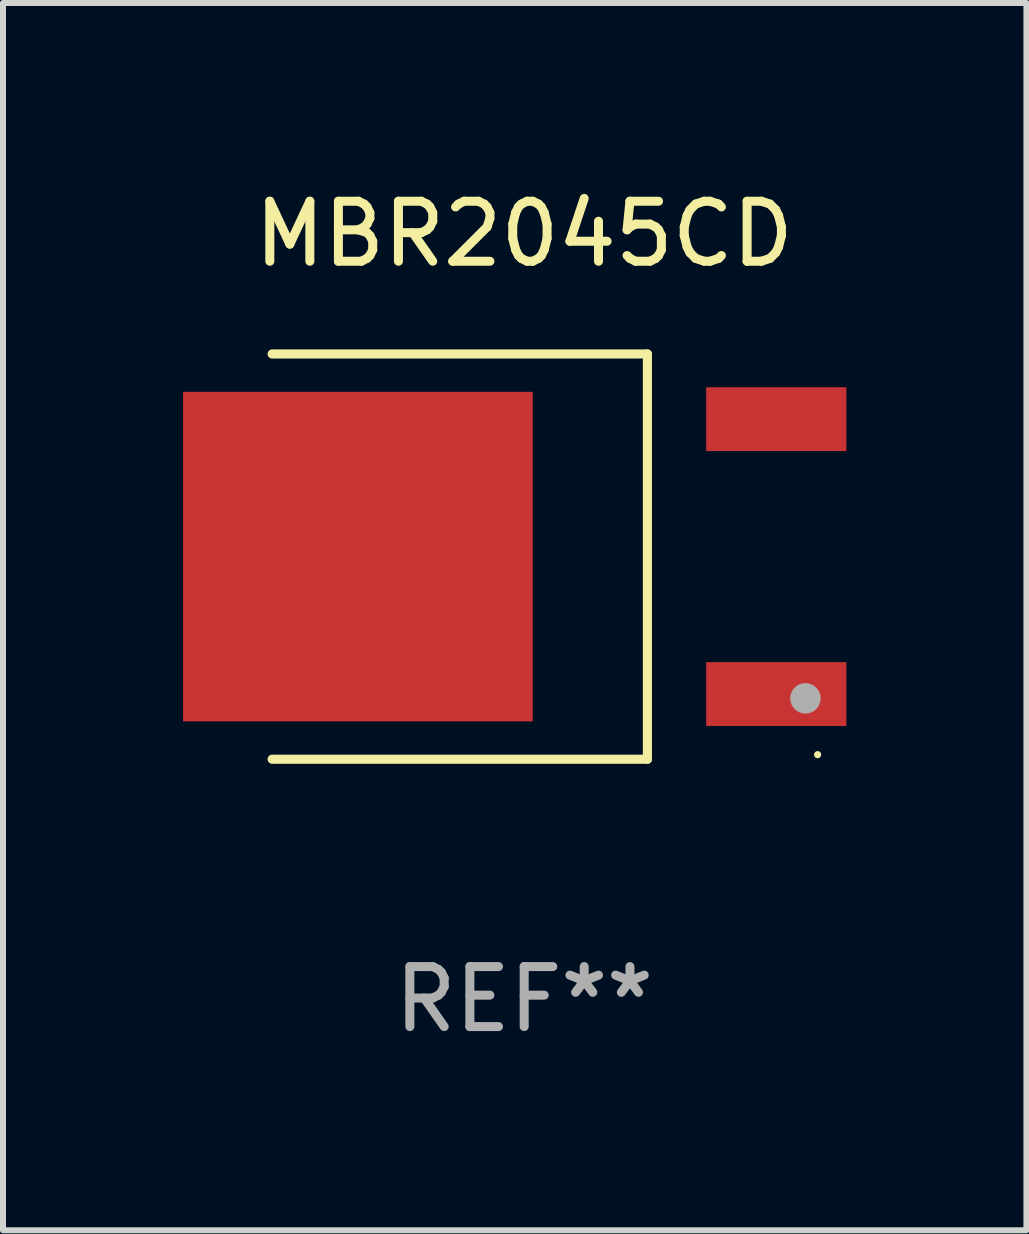
<source format=kicad_pcb>
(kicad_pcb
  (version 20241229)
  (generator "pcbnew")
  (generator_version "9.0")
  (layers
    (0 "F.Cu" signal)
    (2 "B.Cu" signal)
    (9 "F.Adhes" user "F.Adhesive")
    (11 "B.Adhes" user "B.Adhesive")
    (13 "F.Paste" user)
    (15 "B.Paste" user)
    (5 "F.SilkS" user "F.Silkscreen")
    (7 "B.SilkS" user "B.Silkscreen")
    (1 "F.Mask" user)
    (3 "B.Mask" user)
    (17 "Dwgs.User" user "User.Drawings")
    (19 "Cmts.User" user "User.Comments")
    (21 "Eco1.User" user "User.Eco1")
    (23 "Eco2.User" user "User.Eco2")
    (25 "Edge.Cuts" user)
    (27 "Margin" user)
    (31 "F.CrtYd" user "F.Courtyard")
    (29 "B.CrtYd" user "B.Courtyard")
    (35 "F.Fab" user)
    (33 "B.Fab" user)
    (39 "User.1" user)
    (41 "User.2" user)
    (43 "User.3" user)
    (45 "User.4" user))
  (footprint "MBR2045CD"
    (layer "F.Cu")
    (at 5.684 6.224)
    (property "Reference" "MBR2045CD" (at 0 -5.376 0) (layer "F.SilkS") (effects (font (size 1 1) (thickness 0.15))))
    (attr through_hole)
    (fp_line (start -4.2 -3.376) (end 2.053 -3.376) (stroke (width 0.152) (type solid)) (layer "F.SilkS"))
    (fp_line (start -4.2 3.376) (end 2.053 3.376) (stroke (width 0.152) (type solid)) (layer "F.SilkS"))
    (fp_line (start 2.053 3.376) (end 2.053 -3.376) (stroke (width 0.152) (type solid)) (layer "F.SilkS"))
    (fp_circle (center 4.889 3.3) (end 4.919 3.3) (stroke (width 0.06) (type solid)) (fill no) (layer "F.SilkS"))
    (fp_circle (center 4.686 2.362) (end 4.813 2.362) (stroke (width 0.254) (type solid)) (fill no) (layer "F.Fab"))
    (fp_text user "REF**" (at 0 7.376 0) (layer "F.Fab") (effects (font (size 1 1) (thickness 0.15))))
    (pad "1" smd rect (at 4.2 2.29) (size 2.336 1.064) (layers "F.Cu" "F.Mask" "F.Paste"))
    (pad "3" smd rect (at 4.2 -2.29) (size 2.336 1.064) (layers "F.Cu" "F.Mask" "F.Paste"))
    (pad "4" smd rect (at -2.771 0) (size 5.826 5.491) (layers "F.Cu" "F.Mask" "F.Paste")))
  (gr_rect
    (start -3 -3)
    (end 14.052 17.449)
    (stroke (width 0.1) (type default))
    (fill no)
    (layer "Edge.Cuts")))
</source>
